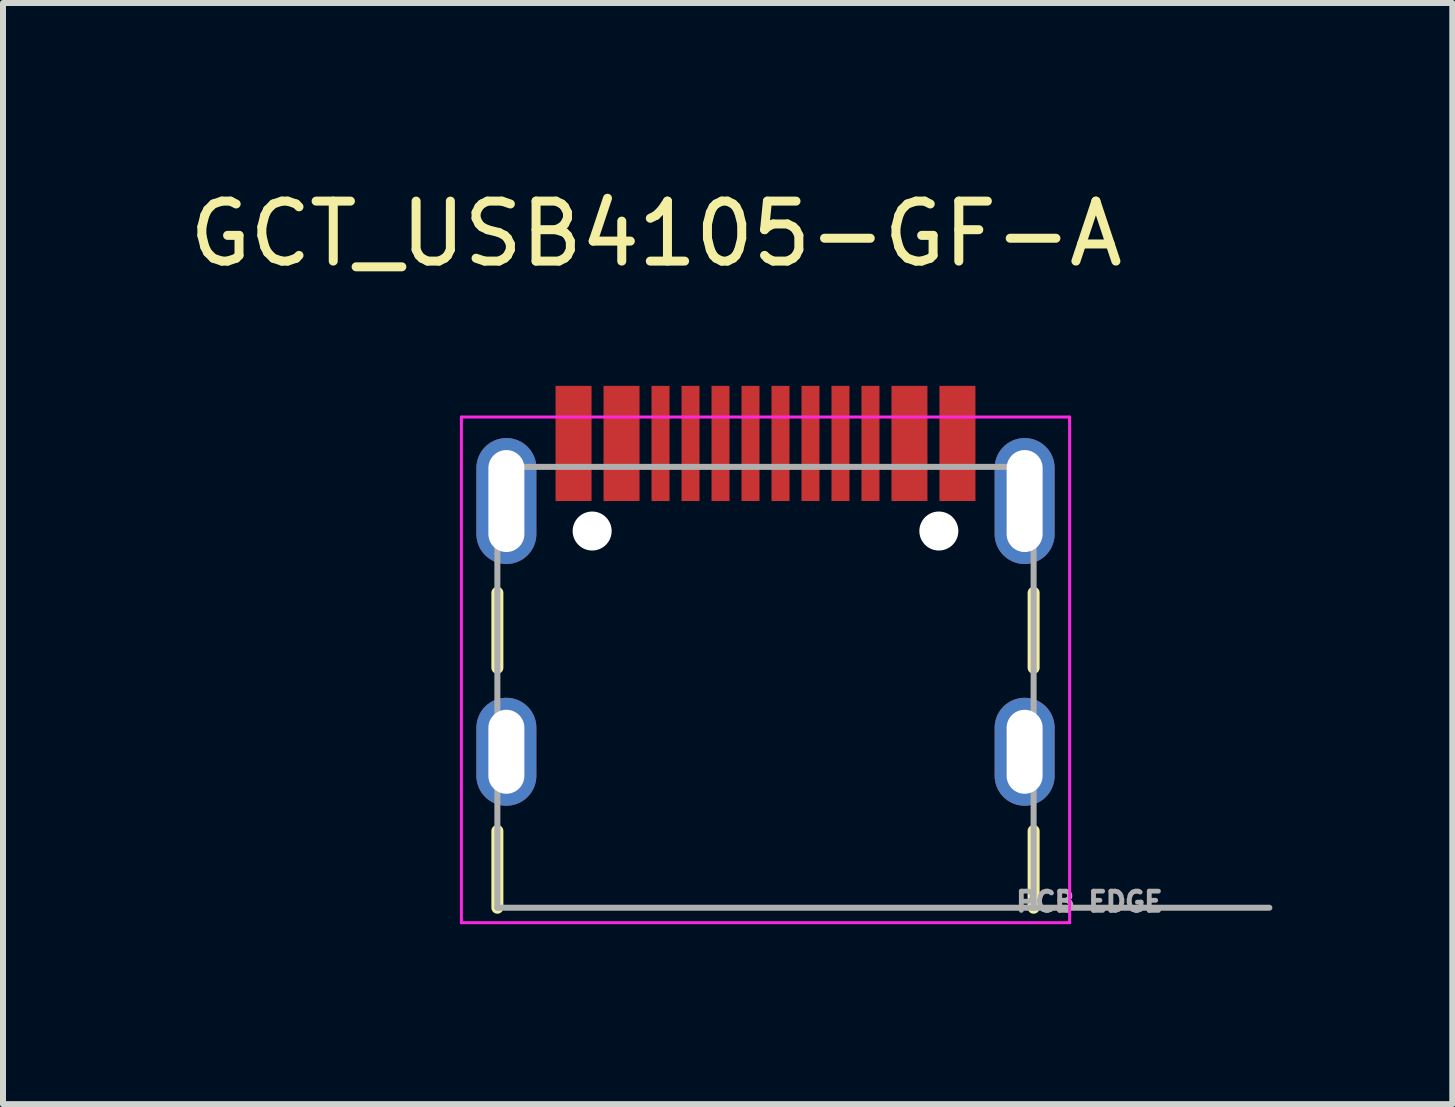
<source format=kicad_pcb>
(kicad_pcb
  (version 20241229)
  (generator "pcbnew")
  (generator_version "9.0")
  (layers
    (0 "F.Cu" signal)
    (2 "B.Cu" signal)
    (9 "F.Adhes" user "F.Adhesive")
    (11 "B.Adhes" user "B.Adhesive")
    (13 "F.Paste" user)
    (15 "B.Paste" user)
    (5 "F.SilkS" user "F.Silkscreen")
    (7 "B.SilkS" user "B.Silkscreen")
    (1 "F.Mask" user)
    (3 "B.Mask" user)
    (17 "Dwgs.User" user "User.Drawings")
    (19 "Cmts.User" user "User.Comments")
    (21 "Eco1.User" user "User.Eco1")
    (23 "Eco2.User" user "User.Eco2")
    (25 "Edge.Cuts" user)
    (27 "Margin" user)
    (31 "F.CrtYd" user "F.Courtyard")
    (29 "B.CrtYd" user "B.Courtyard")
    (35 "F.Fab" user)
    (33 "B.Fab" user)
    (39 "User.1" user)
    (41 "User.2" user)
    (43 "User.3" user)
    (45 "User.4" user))
  (footprint "GCT_USB4105-GF-A"
    (layer "F.Cu")
    (at 9.712 12.083)
    (property "Reference" "GCT_USB4105-GF-A" (at -1.825 -11.235 0) (layer "F.SilkS") (effects (font (size 1 1) (thickness 0.15))))
    (attr smd)
    (fp_poly (pts (xy -3.55 -8.75) (xy -2.85 -8.75) (xy -2.85 -6.73) (xy -3.55 -6.73)) (stroke (width 0.01) (type solid)) (fill yes) (layer "F.Mask"))
    (fp_poly (pts (xy -2.75 -8.75) (xy -2.05 -8.75) (xy -2.05 -6.73) (xy -2.75 -6.73)) (stroke (width 0.01) (type solid)) (fill yes) (layer "F.Mask"))
    (fp_poly (pts (xy -1.95 -8.75) (xy -1.55 -8.75) (xy -1.55 -6.73) (xy -1.95 -6.73)) (stroke (width 0.01) (type solid)) (fill yes) (layer "F.Mask"))
    (fp_poly (pts (xy -1.45 -8.75) (xy -1.05 -8.75) (xy -1.05 -6.73) (xy -1.45 -6.73)) (stroke (width 0.01) (type solid)) (fill yes) (layer "F.Mask"))
    (fp_poly (pts (xy -0.95 -8.75) (xy -0.55 -8.75) (xy -0.55 -6.73) (xy -0.95 -6.73)) (stroke (width 0.01) (type solid)) (fill yes) (layer "F.Mask"))
    (fp_poly (pts (xy -0.45 -8.75) (xy -0.05 -8.75) (xy -0.05 -6.73) (xy -0.45 -6.73)) (stroke (width 0.01) (type solid)) (fill yes) (layer "F.Mask"))
    (fp_poly (pts (xy 0.05 -8.75) (xy 0.45 -8.75) (xy 0.45 -6.73) (xy 0.05 -6.73)) (stroke (width 0.01) (type solid)) (fill yes) (layer "F.Mask"))
    (fp_poly (pts (xy 0.55 -8.75) (xy 0.95 -8.75) (xy 0.95 -6.73) (xy 0.55 -6.73)) (stroke (width 0.01) (type solid)) (fill yes) (layer "F.Mask"))
    (fp_poly (pts (xy 1.05 -8.75) (xy 1.45 -8.75) (xy 1.45 -6.73) (xy 1.05 -6.73)) (stroke (width 0.01) (type solid)) (fill yes) (layer "F.Mask"))
    (fp_poly (pts (xy 1.55 -8.75) (xy 1.95 -8.75) (xy 1.95 -6.73) (xy 1.55 -6.73)) (stroke (width 0.01) (type solid)) (fill yes) (layer "F.Mask"))
    (fp_poly (pts (xy 2.05 -8.75) (xy 2.75 -8.75) (xy 2.75 -6.73) (xy 2.05 -6.73)) (stroke (width 0.01) (type solid)) (fill yes) (layer "F.Mask"))
    (fp_poly (pts (xy 2.85 -8.75) (xy 3.55 -8.75) (xy 3.55 -6.73) (xy 2.85 -6.73)) (stroke (width 0.01) (type solid)) (fill yes) (layer "F.Mask"))
    (fp_line (start -4.47 -5.25) (end -4.47 -4) (stroke (width 0.2) (type solid)) (layer "F.SilkS"))
    (fp_line (start -4.47 -1.28) (end -4.47 0) (stroke (width 0.2) (type solid)) (layer "F.SilkS"))
    (fp_line (start 4.47 -5.25) (end 4.47 -4) (stroke (width 0.2) (type solid)) (layer "F.SilkS"))
    (fp_line (start 4.47 0) (end 4.47 -1.28) (stroke (width 0.2) (type solid)) (layer "F.SilkS"))
    (fp_line (start -5.07 -8.18) (end -5.07 0.25) (stroke (width 0.05) (type solid)) (layer "F.CrtYd"))
    (fp_line (start -5.07 0.25) (end 5.07 0.25) (stroke (width 0.05) (type solid)) (layer "F.CrtYd"))
    (fp_line (start 5.07 -8.18) (end -5.07 -8.18) (stroke (width 0.05) (type solid)) (layer "F.CrtYd"))
    (fp_line (start 5.07 0.25) (end 5.07 -8.18) (stroke (width 0.05) (type solid)) (layer "F.CrtYd"))
    (fp_line (start -4.47 -7.35) (end 4.47 -7.35) (stroke (width 0.1) (type solid)) (layer "F.Fab"))
    (fp_line (start -4.47 0) (end -4.47 -7.35) (stroke (width 0.1) (type solid)) (layer "F.Fab"))
    (fp_line (start 4.47 -7.35) (end 4.47 0) (stroke (width 0.1) (type solid)) (layer "F.Fab"))
    (fp_line (start 4.47 0) (end -4.47 0) (stroke (width 0.1) (type solid)) (layer "F.Fab"))
    (fp_line (start 4.47 0) (end 8.4 0) (stroke (width 0.1) (type solid)) (layer "F.Fab"))
    (fp_text user "PCB EDGE" (at 5.4 -0.1 0) (layer "F.Fab") (effects (font (size 0.32 0.32) (thickness 0.15))))
    (pad "" np_thru_hole circle (at -2.89 -6.28) (size 0.65 0.65) (drill 0.65) (layers "*.Cu" "*.Mask"))
    (pad "" np_thru_hole circle (at 2.89 -6.28) (size 0.65 0.65) (drill 0.65) (layers "*.Cu" "*.Mask"))
    (pad "A1_B12" smd rect (at -3.2 -7.74) (size 0.6 1.92) (layers "F.Cu" "F.Paste"))
    (pad "A4_B9" smd rect (at -2.4 -7.74) (size 0.6 1.92) (layers "F.Cu" "F.Paste"))
    (pad "A5" smd rect (at -1.25 -7.74) (size 0.3 1.92) (layers "F.Cu" "F.Paste"))
    (pad "A6" smd rect (at -0.25 -7.74) (size 0.3 1.92) (layers "F.Cu" "F.Paste"))
    (pad "A7" smd rect (at 0.25 -7.74) (size 0.3 1.92) (layers "F.Cu" "F.Paste"))
    (pad "A8" smd rect (at 1.25 -7.74) (size 0.3 1.92) (layers "F.Cu" "F.Paste"))
    (pad "B1_A12" smd rect (at 3.2 -7.74) (size 0.6 1.92) (layers "F.Cu" "F.Paste"))
    (pad "B4_A9" smd rect (at 2.4 -7.74) (size 0.6 1.92) (layers "F.Cu" "F.Paste"))
    (pad "B5" smd rect (at 1.75 -7.74) (size 0.3 1.92) (layers "F.Cu" "F.Paste"))
    (pad "B6" smd rect (at 0.75 -7.74) (size 0.3 1.92) (layers "F.Cu" "F.Paste"))
    (pad "B7" smd rect (at -0.75 -7.74) (size 0.3 1.92) (layers "F.Cu" "F.Paste"))
    (pad "B8" smd rect (at -1.75 -7.74) (size 0.3 1.92) (layers "F.Cu" "F.Paste"))
    (pad "SH1" thru_hole oval (at -4.32 -6.78) (size 1 2.1) (drill oval 0.6 1.7) (layers "*.Cu" "*.Mask"))
    (pad "SH2" thru_hole oval (at 4.32 -6.78) (size 1 2.1) (drill oval 0.6 1.7) (layers "*.Cu" "*.Mask"))
    (pad "SH3" thru_hole oval (at -4.32 -2.6) (size 1 1.8) (drill oval 0.6 1.4) (layers "*.Cu" "*.Mask"))
    (pad "SH4" thru_hole oval (at 4.32 -2.6) (size 1 1.8) (drill oval 0.6 1.4) (layers "*.Cu" "*.Mask")))
  (gr_rect
    (start -3 -3)
    (end 21.162 15.358)
    (stroke (width 0.1) (type default))
    (fill no)
    (layer "Edge.Cuts")))
</source>
